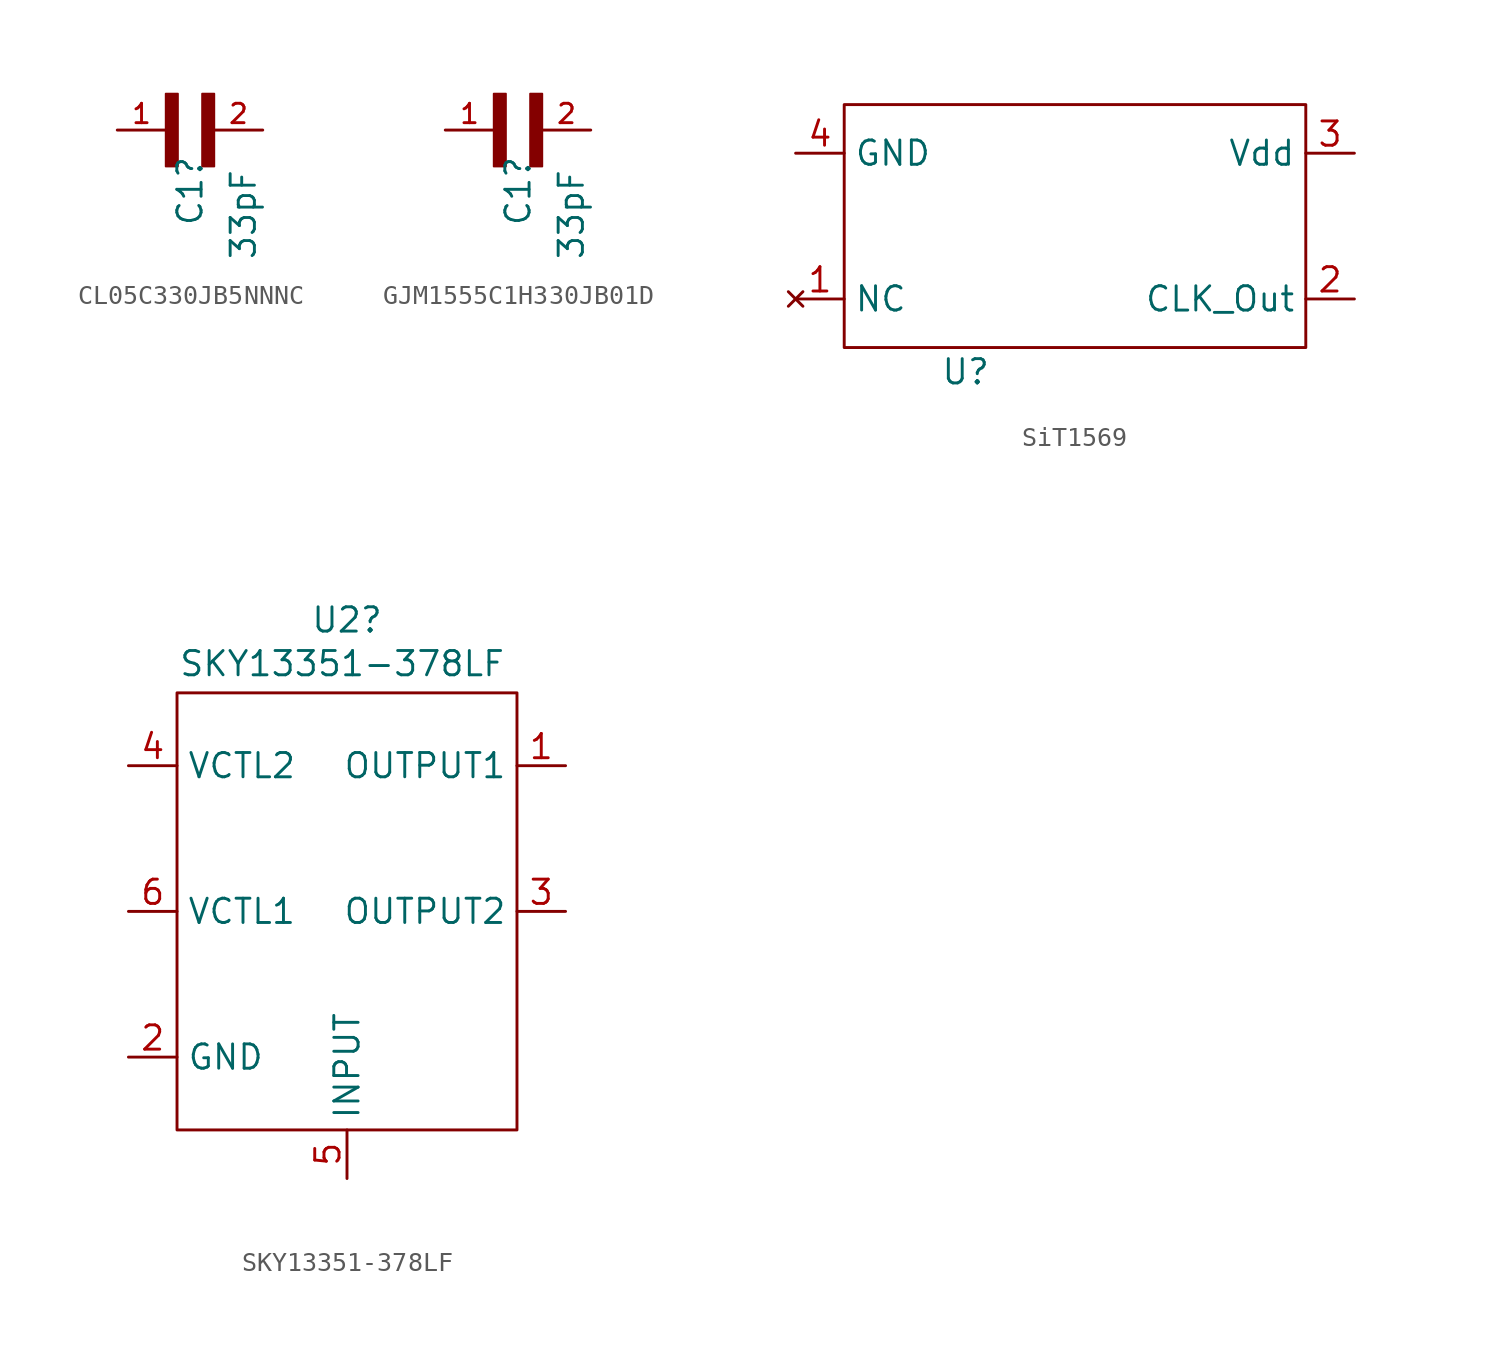
<source format=kicad_sym>
(kicad_symbol_lib
  (version 20231120)
  (generator "kicad_symbol_editor")
  (generator_version "8.0")
  (symbol "CL05C330JB5NNNC"
    (pin_names
      (offset 1.016))
    (property "Reference" "C1"
      (at 1.27 -5.08 90)
      (effects (font (size 1.27 1.27)) (justify left)))
    (property "Value" "33pF"
      (at 4.064 -6.858 90)
      (effects (font (size 1.27 1.27)) (justify left)))
    (symbol "CL05C330JB5NNNC_0_0"
      (rectangle (start 0 -1.907) (end 0.635 1.905) (stroke (width 0.1) (type default)) (fill (type outline)))
      (rectangle (start 1.907 -1.907) (end 2.54 1.905) (stroke (width 0.1) (type default)) (fill (type outline)))
      (pin passive line (at -2.54 0 0) (length 2.54) (name "~" (effects (font (size 1.016 1.016)))) (number "1" (effects (font (size 1.016 1.016)))))
      (pin passive line (at 5.08 0 180) (length 2.54) (name "~" (effects (font (size 1.016 1.016)))) (number "2" (effects (font (size 1.016 1.016)))))))
  (symbol "GJM1555C1H330JB01D"
    (pin_names
      (offset 1.016))
    (property "Reference" "C1"
      (at 1.27 -5.08 90)
      (effects (font (size 1.27 1.27)) (justify left)))
    (property "Value" "33pF"
      (at 4.064 -6.858 90)
      (effects (font (size 1.27 1.27)) (justify left)))
    (symbol "GJM1555C1H330JB01D_0_0"
      (rectangle (start 0 -1.907) (end 0.635 1.905) (stroke (width 0.1) (type default)) (fill (type outline)))
      (rectangle (start 1.907 -1.907) (end 2.54 1.905) (stroke (width 0.1) (type default)) (fill (type outline)))
      (pin passive line (at -2.54 0 0) (length 2.54) (name "~" (effects (font (size 1.016 1.016)))) (number "1" (effects (font (size 1.016 1.016)))))
      (pin passive line (at 5.08 0 180) (length 2.54) (name "~" (effects (font (size 1.016 1.016)))) (number "2" (effects (font (size 1.016 1.016)))))))
  (symbol "SiT1569"
    (property "Reference" "U"
      (at -5.08 -7.62 0)
      (effects (font (size 1.27 1.27))))
    (property "Value" ""
      (at 0 0 0)
      (effects (font (size 1.27 1.27))))
    (symbol "SiT1569_0_1"
      (rectangle (start -11.43 6.35) (end 12.7 -6.35) (stroke (width 0) (type default)) (fill (type none))))
    (symbol "SiT1569_1_1"
      (pin no_connect line (at -13.97 -3.81 0) (length 2.54) (name "NC" (effects (font (size 1.27 1.27)))) (number "1" (effects (font (size 1.27 1.27)))))
      (pin output line (at 15.24 -3.81 180) (length 2.54) (name "CLK_Out" (effects (font (size 1.27 1.27)))) (number "2" (effects (font (size 1.27 1.27)))))
      (pin input line (at 15.24 3.81 180) (length 2.54) (name "Vdd" (effects (font (size 1.27 1.27)))) (number "3" (effects (font (size 1.27 1.27)))))
      (pin input line (at -13.97 3.81 0) (length 2.54) (name "GND" (effects (font (size 1.27 1.27)))) (number "4" (effects (font (size 1.27 1.27)))))))
  (symbol "SKY13351-378LF"
    (property "Reference" "U2"
      (at 0 10.16 0)
      (effects (font (size 1.27 1.27))))
    (property "Value" "SKY13351-378LF"
      (at -0.254 7.874 0)
      (effects (font (size 1.27 1.27))))
    (symbol "SKY13351-378LF_0_1"
      (rectangle (start -8.89 6.35) (end 8.89 -16.51) (stroke (width 0) (type default)) (fill (type none))))
    (symbol "SKY13351-378LF_1_1"
      (pin output line (at 11.43 2.54 180) (length 2.54) (name "OUTPUT1" (effects (font (size 1.27 1.27)))) (number "1" (effects (font (size 1.27 1.27)))))
      (pin passive line (at -11.43 -12.7 0) (length 2.54) (name "GND" (effects (font (size 1.27 1.27)))) (number "2" (effects (font (size 1.27 1.27)))))
      (pin output line (at 11.43 -5.08 180) (length 2.54) (name "OUTPUT2" (effects (font (size 1.27 1.27)))) (number "3" (effects (font (size 1.27 1.27)))))
      (pin input line (at -11.43 2.54 0) (length 2.54) (name "VCTL2" (effects (font (size 1.27 1.27)))) (number "4" (effects (font (size 1.27 1.27)))))
      (pin input line (at 0 -19.05 90) (length 2.54) (name "INPUT" (effects (font (size 1.27 1.27)))) (number "5" (effects (font (size 1.27 1.27)))))
      (pin input line (at -11.43 -5.08 0) (length 2.54) (name "VCTL1" (effects (font (size 1.27 1.27)))) (number "6" (effects (font (size 1.27 1.27))))))))
</source>
